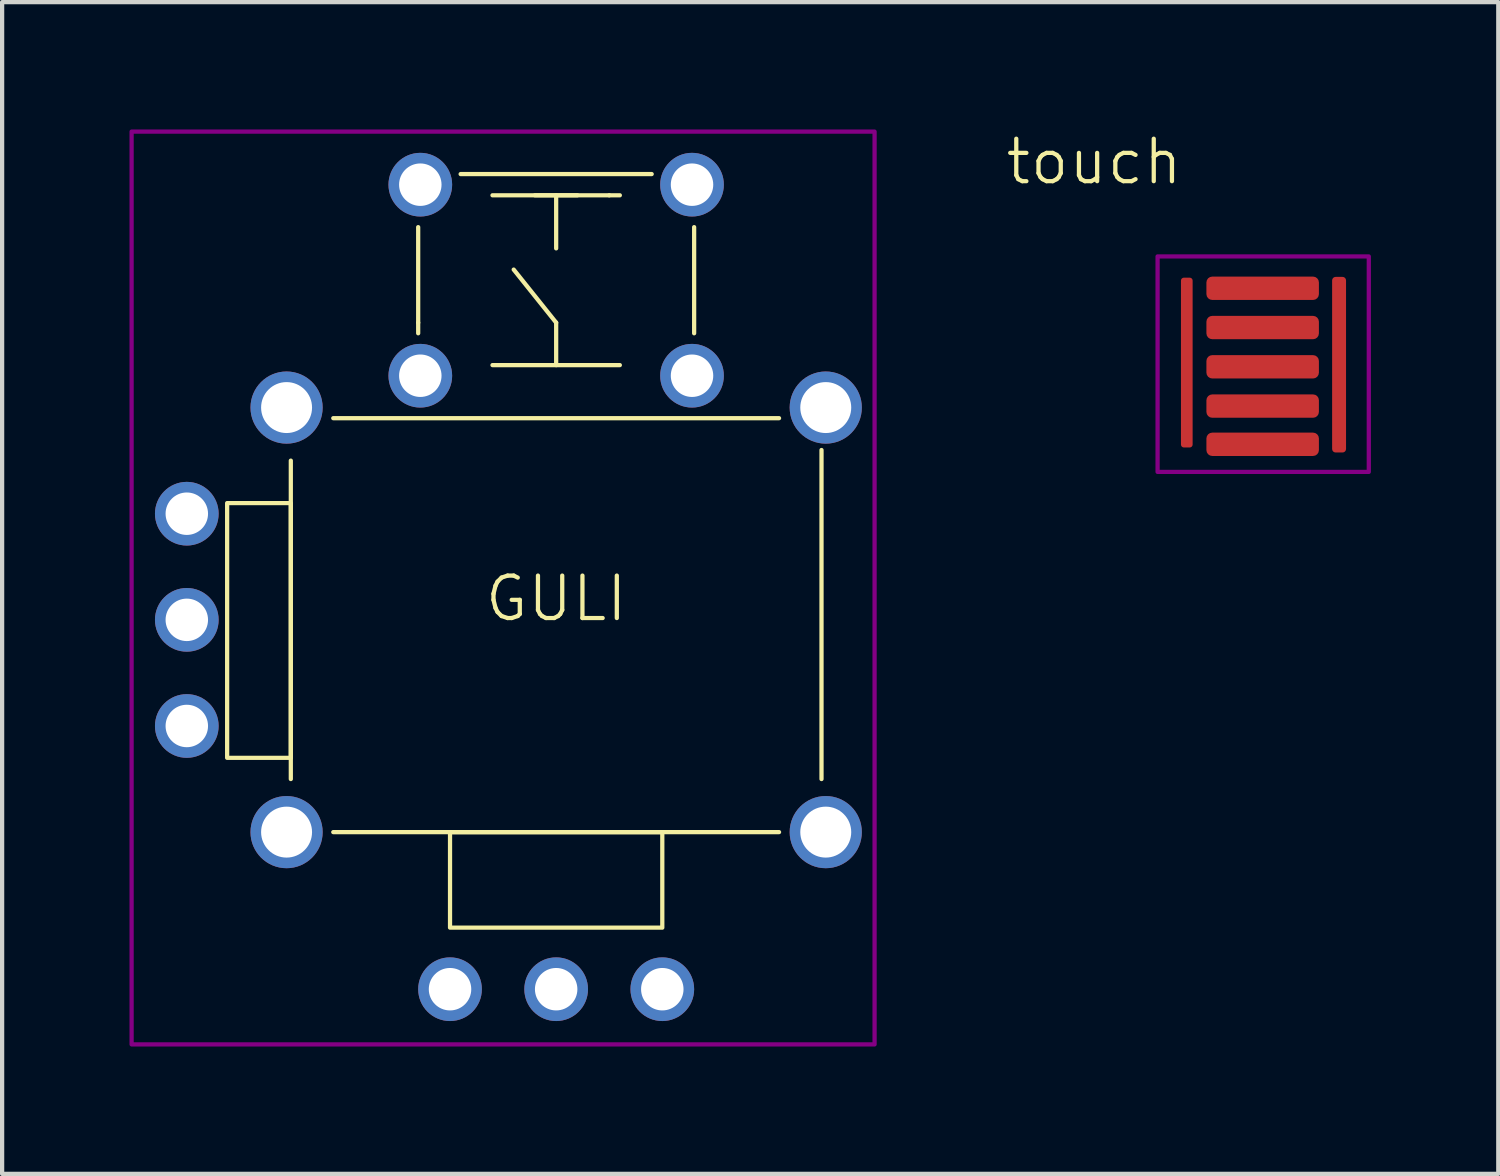
<source format=kicad_pcb>
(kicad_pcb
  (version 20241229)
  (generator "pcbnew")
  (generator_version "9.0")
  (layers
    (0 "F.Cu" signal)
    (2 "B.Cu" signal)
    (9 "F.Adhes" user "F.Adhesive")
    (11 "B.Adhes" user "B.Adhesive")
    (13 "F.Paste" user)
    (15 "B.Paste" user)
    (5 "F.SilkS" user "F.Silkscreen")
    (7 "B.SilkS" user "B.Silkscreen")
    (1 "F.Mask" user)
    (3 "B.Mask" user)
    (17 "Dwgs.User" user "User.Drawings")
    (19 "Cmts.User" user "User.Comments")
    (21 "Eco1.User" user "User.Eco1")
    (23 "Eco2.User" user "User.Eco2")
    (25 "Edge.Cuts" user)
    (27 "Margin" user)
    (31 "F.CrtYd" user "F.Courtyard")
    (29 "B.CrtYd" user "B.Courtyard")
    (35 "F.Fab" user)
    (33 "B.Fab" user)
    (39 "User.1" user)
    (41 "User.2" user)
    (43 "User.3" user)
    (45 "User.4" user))
  (footprint "GULI"
    (layer "F.Cu")
    (at 10.05 11.55)
    (property "Reference" "GULI" (at 0 -0.5 0) (unlocked yes) (layer "F.SilkS") (effects (font (size 1 1) (thickness 0.1))))
    (attr through_hole)
    (fp_line (start -6.25 3.75) (end -6.25 -3.75) (stroke (width 0.1) (type default)) (layer "F.SilkS"))
    (fp_line (start -5.25 -4.75) (end 5.25 -4.75) (stroke (width 0.1) (type default)) (layer "F.SilkS"))
    (fp_line (start -3.25 -9.25) (end -3.25 -7) (stroke (width 0.1) (type default)) (layer "F.SilkS"))
    (fp_line (start -3.25 -6.75) (end -3.25 -7) (stroke (width 0.1) (type default)) (layer "F.SilkS"))
    (fp_line (start -2.25 -10.5) (end 2.25 -10.5) (stroke (width 0.1) (type default)) (layer "F.SilkS"))
    (fp_line (start -1.5 -10) (end 1.25 -10) (stroke (width 0.1) (type default)) (layer "F.SilkS"))
    (fp_line (start -1.5 -6) (end 1.5 -6) (stroke (width 0.1) (type default)) (layer "F.SilkS"))
    (fp_line (start -0.5 -10) (end 0.5 -10) (stroke (width 0.1) (type default)) (layer "F.SilkS"))
    (fp_line (start 0 -8.75) (end 0 -10) (stroke (width 0.1) (type default)) (layer "F.SilkS"))
    (fp_line (start 0 -7) (end -1 -8.25) (stroke (width 0.1) (type default)) (layer "F.SilkS"))
    (fp_line (start 0 -6) (end 0 -7) (stroke (width 0.1) (type default)) (layer "F.SilkS"))
    (fp_line (start 1.25 -10) (end 1.5 -10) (stroke (width 0.1) (type default)) (layer "F.SilkS"))
    (fp_line (start 3.25 -6.75) (end 3.25 -9.25) (stroke (width 0.1) (type default)) (layer "F.SilkS"))
    (fp_line (start 5.25 5) (end -5.25 5) (stroke (width 0.1) (type default)) (layer "F.SilkS"))
    (fp_line (start 6.25 -4) (end 6.25 3.75) (stroke (width 0.1) (type default)) (layer "F.SilkS"))
    (fp_rect (start -7.75 -2.75) (end -6.25 3.25) (stroke (width 0.1) (type default)) (fill no) (layer "F.SilkS"))
    (fp_rect (start -2.5 7.25) (end 2.5 5) (stroke (width 0.1) (type default)) (fill no) (layer "F.SilkS"))
    (fp_rect (start 7.5 10) (end -10 -11.5) (stroke (width 0.1) (type default)) (fill no) (layer "F.Adhes"))
    (pad "1" thru_hole circle (at -8.7 -2.5 90) (size 1.5 1.5) (drill 1) (layers "*.Cu" "*.Mask"))
    (pad "1" thru_hole circle (at -2.5 8.7) (size 1.5 1.5) (drill 1) (layers "*.Cu" "*.Mask"))
    (pad "2" thru_hole circle (at -8.7 2.5 90) (size 1.5 1.5) (drill 1) (layers "*.Cu" "*.Mask"))
    (pad "2" thru_hole circle (at 2.5 8.7) (size 1.5 1.5) (drill 1) (layers "*.Cu" "*.Mask"))
    (pad "3" thru_hole circle (at -6.35 -5) (size 1.7 1.7) (drill 1.2) (layers "*.Cu" "*.Mask"))
    (pad "3" thru_hole circle (at -6.35 5) (size 1.7 1.7) (drill 1.2) (layers "*.Cu" "*.Mask"))
    (pad "3" thru_hole circle (at 6.35 -5) (size 1.7 1.7) (drill 1.2) (layers "*.Cu" "*.Mask"))
    (pad "3" thru_hole circle (at 6.35 5) (size 1.7 1.7) (drill 1.2) (layers "*.Cu" "*.Mask"))
    (pad "4" thru_hole circle (at -3.2 -5.75 90) (size 1.5 1.5) (drill 1) (layers "*.Cu" "*.Mask"))
    (pad "4" thru_hole circle (at 3.2 -5.75 90) (size 1.5 1.5) (drill 1) (layers "*.Cu" "*.Mask"))
    (pad "5" thru_hole circle (at -3.2 -10.25 90) (size 1.5 1.5) (drill 1) (layers "*.Cu" "*.Mask"))
    (pad "5" thru_hole circle (at 3.2 -10.25 90) (size 1.5 1.5) (drill 1) (layers "*.Cu" "*.Mask"))
    (pad "6" thru_hole circle (at -8.7 0 90) (size 1.5 1.5) (drill 1) (layers "*.Cu" "*.Mask"))
    (pad "7" thru_hole circle (at 0 8.7) (size 1.5 1.5) (drill 1) (layers "*.Cu" "*.Mask")))
  (footprint "touch"
    (layer "F.Cu")
    (at 26.791 5.54)
    (property "Reference" "touch" (at -4.07 -4.78 0) (unlocked yes) (layer "F.SilkS") (effects (font (size 1 1) (thickness 0.1))))
    (attr smd)
    (fp_rect (start -2.575 -2.55) (end 2.4 2.525) (stroke (width 0.1) (type default)) (fill no) (layer "F.Adhes"))
    (pad "1" smd roundrect (at -0.1 -1.8) (size 2.65 0.55) (layers "F.Cu" "F.Mask" "F.Paste") (roundrect_rratio 0.25))
    (pad "1" smd roundrect (at -0.1 0.05) (size 2.65 0.55) (layers "F.Cu" "F.Mask" "F.Paste") (roundrect_rratio 0.25))
    (pad "1" smd roundrect (at -0.1 1.875) (size 2.65 0.55) (layers "F.Cu" "F.Mask" "F.Paste") (roundrect_rratio 0.25))
    (pad "1" smd roundrect (at 1.7 0 90) (size 4.136 0.328) (layers "F.Cu" "F.Mask" "F.Paste") (roundrect_rratio 0.25))
    (pad "2" smd roundrect (at -1.887 -0.05 90) (size 4 0.275) (layers "F.Cu" "F.Mask" "F.Paste") (roundrect_rratio 0.25))
    (pad "2" smd roundrect (at -0.1 -0.875) (size 2.65 0.55) (layers "F.Cu" "F.Mask" "F.Paste") (roundrect_rratio 0.25))
    (pad "2" smd roundrect (at -0.1 0.975) (size 2.65 0.55) (layers "F.Cu" "F.Mask" "F.Paste") (roundrect_rratio 0.25)))
  (gr_rect
    (start -3 -3)
    (end 32.241 24.6)
    (stroke (width 0.1) (type default))
    (fill no)
    (layer "Edge.Cuts")))
</source>
